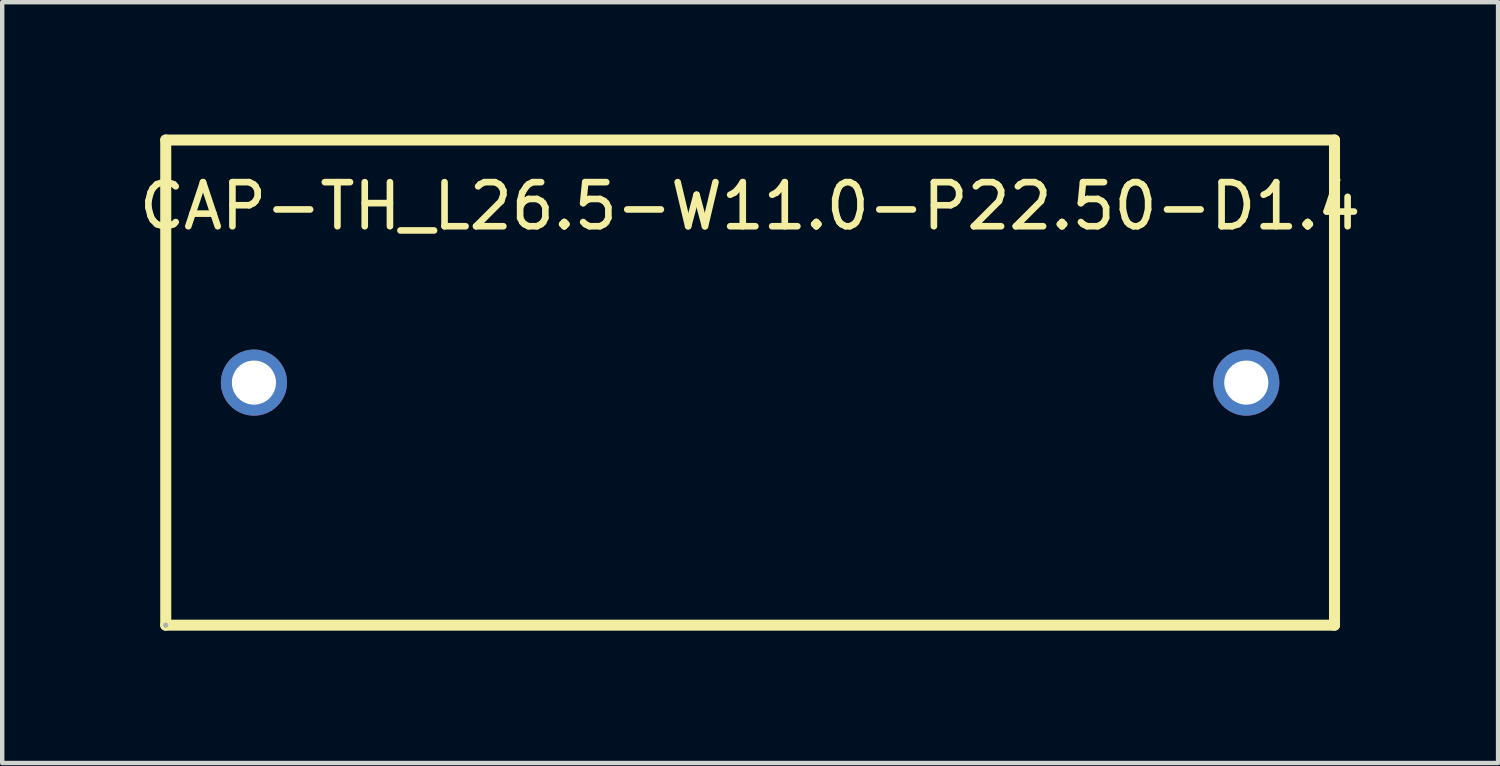
<source format=kicad_pcb>
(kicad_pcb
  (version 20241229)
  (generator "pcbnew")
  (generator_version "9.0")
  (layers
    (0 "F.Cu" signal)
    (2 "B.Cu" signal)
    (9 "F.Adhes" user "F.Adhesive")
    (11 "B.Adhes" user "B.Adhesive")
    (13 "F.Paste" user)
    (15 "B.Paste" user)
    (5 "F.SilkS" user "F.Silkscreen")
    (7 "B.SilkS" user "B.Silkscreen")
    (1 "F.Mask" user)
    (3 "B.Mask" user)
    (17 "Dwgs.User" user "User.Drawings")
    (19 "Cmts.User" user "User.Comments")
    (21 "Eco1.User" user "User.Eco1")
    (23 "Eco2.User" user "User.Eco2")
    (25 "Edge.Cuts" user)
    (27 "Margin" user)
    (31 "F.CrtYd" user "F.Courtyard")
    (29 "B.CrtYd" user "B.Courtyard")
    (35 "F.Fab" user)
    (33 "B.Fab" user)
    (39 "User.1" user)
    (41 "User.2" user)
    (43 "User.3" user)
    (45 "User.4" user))
  (footprint "CAP-TH_L26.5-W11.0-P22.50-D1.4"
    (layer "F.Cu")
    (at 13.958 5.625)
    (property "Reference" "CAP-TH_L26.5-W11.0-P22.50-D1.4" (at 0 -4 0) (layer "F.SilkS") (effects (font (size 1 1) (thickness 0.15))))
    (attr through_hole)
    (fp_line (start -13.25 -5.5) (end 13.25 -5.5) (stroke (width 0.25) (type solid)) (layer "F.SilkS"))
    (fp_line (start -13.25 5.5) (end -13.25 -5.5) (stroke (width 0.25) (type solid)) (layer "F.SilkS"))
    (fp_line (start 13.25 -5.5) (end 13.25 5.5) (stroke (width 0.25) (type solid)) (layer "F.SilkS"))
    (fp_line (start 13.25 5.5) (end -13.25 5.5) (stroke (width 0.25) (type solid)) (layer "F.SilkS"))
    (fp_circle (center -13.25 5.5) (end -13.22 5.5) (stroke (width 0.06) (type solid)) (fill no) (layer "F.Fab"))
    (fp_circle (center -11.25 0) (end -11.05 0) (stroke (width 0.4) (type solid)) (fill no) (layer "F.Fab"))
    (fp_circle (center 11.25 0) (end 11.45 0) (stroke (width 0.4) (type solid)) (fill no) (layer "F.Fab"))
    (pad "1" thru_hole circle (at -11.25 0) (size 1.5 1.5) (drill 1) (layers "*.Cu" "*.Mask"))
    (pad "2" thru_hole circle (at 11.25 0) (size 1.5 1.5) (drill 1) (layers "*.Cu" "*.Mask")))
  (gr_rect
    (start -3 -3)
    (end 30.917 14.25)
    (stroke (width 0.1) (type default))
    (fill no)
    (layer "Edge.Cuts")))
</source>
